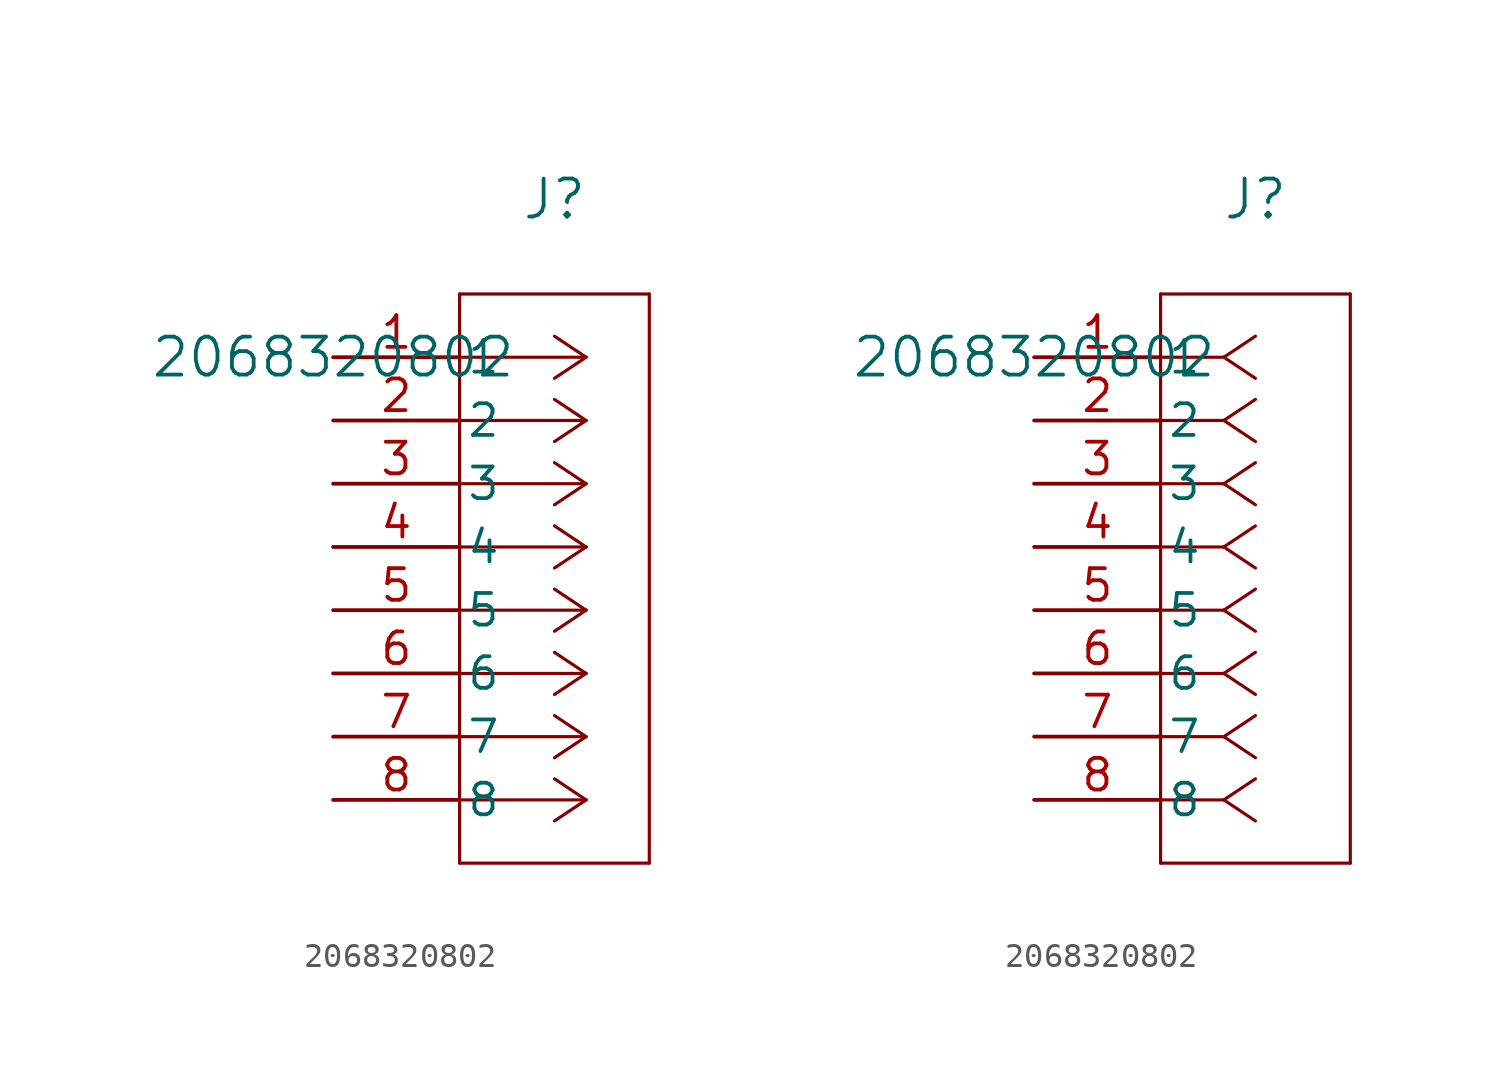
<source format=kicad_sym>
(kicad_symbol_lib
  (version 20211014)
  (generator kicad_symbol_editor)
  (symbol "2068320802"
    (pin_names
      (offset 0.254))
    (property "Reference" "J"
      (at 8.89 6.35 0)
      (effects (font (size 1.524 1.524))))
    (property "Value" "2068320802"
      (at 0 0 0)
      (effects (font (size 1.524 1.524))))
    (symbol "2068320802_1_1"
      (polyline (pts (xy 10.16 0) (xy 5.08 0)) (stroke (width 0.127) (type default) (color 0 0 0 0)) (fill (type none)))
      (polyline (pts (xy 10.16 -2.54) (xy 5.08 -2.54)) (stroke (width 0.127) (type default) (color 0 0 0 0)) (fill (type none)))
      (polyline (pts (xy 10.16 -5.08) (xy 5.08 -5.08)) (stroke (width 0.127) (type default) (color 0 0 0 0)) (fill (type none)))
      (polyline (pts (xy 10.16 -7.62) (xy 5.08 -7.62)) (stroke (width 0.127) (type default) (color 0 0 0 0)) (fill (type none)))
      (polyline (pts (xy 10.16 -10.16) (xy 5.08 -10.16)) (stroke (width 0.127) (type default) (color 0 0 0 0)) (fill (type none)))
      (polyline (pts (xy 10.16 -12.7) (xy 5.08 -12.7)) (stroke (width 0.127) (type default) (color 0 0 0 0)) (fill (type none)))
      (polyline (pts (xy 10.16 -15.24) (xy 5.08 -15.24)) (stroke (width 0.127) (type default) (color 0 0 0 0)) (fill (type none)))
      (polyline (pts (xy 10.16 -17.78) (xy 5.08 -17.78)) (stroke (width 0.127) (type default) (color 0 0 0 0)) (fill (type none)))
      (polyline (pts (xy 10.16 0) (xy 8.89 0.847)) (stroke (width 0.127) (type default) (color 0 0 0 0)) (fill (type none)))
      (polyline (pts (xy 10.16 -2.54) (xy 8.89 -1.693)) (stroke (width 0.127) (type default) (color 0 0 0 0)) (fill (type none)))
      (polyline (pts (xy 10.16 -5.08) (xy 8.89 -4.233)) (stroke (width 0.127) (type default) (color 0 0 0 0)) (fill (type none)))
      (polyline (pts (xy 10.16 -7.62) (xy 8.89 -6.773)) (stroke (width 0.127) (type default) (color 0 0 0 0)) (fill (type none)))
      (polyline (pts (xy 10.16 -10.16) (xy 8.89 -9.313)) (stroke (width 0.127) (type default) (color 0 0 0 0)) (fill (type none)))
      (polyline (pts (xy 10.16 -12.7) (xy 8.89 -11.853)) (stroke (width 0.127) (type default) (color 0 0 0 0)) (fill (type none)))
      (polyline (pts (xy 10.16 -15.24) (xy 8.89 -14.393)) (stroke (width 0.127) (type default) (color 0 0 0 0)) (fill (type none)))
      (polyline (pts (xy 10.16 -17.78) (xy 8.89 -16.933)) (stroke (width 0.127) (type default) (color 0 0 0 0)) (fill (type none)))
      (polyline (pts (xy 10.16 0) (xy 8.89 -0.847)) (stroke (width 0.127) (type default) (color 0 0 0 0)) (fill (type none)))
      (polyline (pts (xy 10.16 -2.54) (xy 8.89 -3.387)) (stroke (width 0.127) (type default) (color 0 0 0 0)) (fill (type none)))
      (polyline (pts (xy 10.16 -5.08) (xy 8.89 -5.927)) (stroke (width 0.127) (type default) (color 0 0 0 0)) (fill (type none)))
      (polyline (pts (xy 10.16 -7.62) (xy 8.89 -8.467)) (stroke (width 0.127) (type default) (color 0 0 0 0)) (fill (type none)))
      (polyline (pts (xy 10.16 -10.16) (xy 8.89 -11.007)) (stroke (width 0.127) (type default) (color 0 0 0 0)) (fill (type none)))
      (polyline (pts (xy 10.16 -12.7) (xy 8.89 -13.547)) (stroke (width 0.127) (type default) (color 0 0 0 0)) (fill (type none)))
      (polyline (pts (xy 10.16 -15.24) (xy 8.89 -16.087)) (stroke (width 0.127) (type default) (color 0 0 0 0)) (fill (type none)))
      (polyline (pts (xy 10.16 -17.78) (xy 8.89 -18.627)) (stroke (width 0.127) (type default) (color 0 0 0 0)) (fill (type none)))
      (polyline (pts (xy 5.08 2.54) (xy 5.08 -20.32)) (stroke (width 0.127) (type default) (color 0 0 0 0)) (fill (type none)))
      (polyline (pts (xy 5.08 -20.32) (xy 12.7 -20.32)) (stroke (width 0.127) (type default) (color 0 0 0 0)) (fill (type none)))
      (polyline (pts (xy 12.7 -20.32) (xy 12.7 2.54)) (stroke (width 0.127) (type default) (color 0 0 0 0)) (fill (type none)))
      (polyline (pts (xy 12.7 2.54) (xy 5.08 2.54)) (stroke (width 0.127) (type default) (color 0 0 0 0)) (fill (type none)))
      (pin unspecified line (at 0 0 0) (length 5.08) (name "1" (effects (font (size 1.27 1.27)))) (number "1" (effects (font (size 1.27 1.27)))))
      (pin unspecified line (at 0 -2.54 0) (length 5.08) (name "2" (effects (font (size 1.27 1.27)))) (number "2" (effects (font (size 1.27 1.27)))))
      (pin unspecified line (at 0 -5.08 0) (length 5.08) (name "3" (effects (font (size 1.27 1.27)))) (number "3" (effects (font (size 1.27 1.27)))))
      (pin unspecified line (at 0 -7.62 0) (length 5.08) (name "4" (effects (font (size 1.27 1.27)))) (number "4" (effects (font (size 1.27 1.27)))))
      (pin unspecified line (at 0 -10.16 0) (length 5.08) (name "5" (effects (font (size 1.27 1.27)))) (number "5" (effects (font (size 1.27 1.27)))))
      (pin unspecified line (at 0 -12.7 0) (length 5.08) (name "6" (effects (font (size 1.27 1.27)))) (number "6" (effects (font (size 1.27 1.27)))))
      (pin unspecified line (at 0 -15.24 0) (length 5.08) (name "7" (effects (font (size 1.27 1.27)))) (number "7" (effects (font (size 1.27 1.27)))))
      (pin unspecified line (at 0 -17.78 0) (length 5.08) (name "8" (effects (font (size 1.27 1.27)))) (number "8" (effects (font (size 1.27 1.27))))))
    (symbol "2068320802_1_2"
      (polyline (pts (xy 7.62 0) (xy 5.08 0)) (stroke (width 0.127) (type default) (color 0 0 0 0)) (fill (type none)))
      (polyline (pts (xy 7.62 -2.54) (xy 5.08 -2.54)) (stroke (width 0.127) (type default) (color 0 0 0 0)) (fill (type none)))
      (polyline (pts (xy 7.62 -5.08) (xy 5.08 -5.08)) (stroke (width 0.127) (type default) (color 0 0 0 0)) (fill (type none)))
      (polyline (pts (xy 7.62 -7.62) (xy 5.08 -7.62)) (stroke (width 0.127) (type default) (color 0 0 0 0)) (fill (type none)))
      (polyline (pts (xy 7.62 -10.16) (xy 5.08 -10.16)) (stroke (width 0.127) (type default) (color 0 0 0 0)) (fill (type none)))
      (polyline (pts (xy 7.62 -12.7) (xy 5.08 -12.7)) (stroke (width 0.127) (type default) (color 0 0 0 0)) (fill (type none)))
      (polyline (pts (xy 7.62 -15.24) (xy 5.08 -15.24)) (stroke (width 0.127) (type default) (color 0 0 0 0)) (fill (type none)))
      (polyline (pts (xy 7.62 -17.78) (xy 5.08 -17.78)) (stroke (width 0.127) (type default) (color 0 0 0 0)) (fill (type none)))
      (polyline (pts (xy 7.62 0) (xy 8.89 0.847)) (stroke (width 0.127) (type default) (color 0 0 0 0)) (fill (type none)))
      (polyline (pts (xy 7.62 -2.54) (xy 8.89 -1.693)) (stroke (width 0.127) (type default) (color 0 0 0 0)) (fill (type none)))
      (polyline (pts (xy 7.62 -5.08) (xy 8.89 -4.233)) (stroke (width 0.127) (type default) (color 0 0 0 0)) (fill (type none)))
      (polyline (pts (xy 7.62 -7.62) (xy 8.89 -6.773)) (stroke (width 0.127) (type default) (color 0 0 0 0)) (fill (type none)))
      (polyline (pts (xy 7.62 -10.16) (xy 8.89 -9.313)) (stroke (width 0.127) (type default) (color 0 0 0 0)) (fill (type none)))
      (polyline (pts (xy 7.62 -12.7) (xy 8.89 -11.853)) (stroke (width 0.127) (type default) (color 0 0 0 0)) (fill (type none)))
      (polyline (pts (xy 7.62 -15.24) (xy 8.89 -14.393)) (stroke (width 0.127) (type default) (color 0 0 0 0)) (fill (type none)))
      (polyline (pts (xy 7.62 -17.78) (xy 8.89 -16.933)) (stroke (width 0.127) (type default) (color 0 0 0 0)) (fill (type none)))
      (polyline (pts (xy 7.62 0) (xy 8.89 -0.847)) (stroke (width 0.127) (type default) (color 0 0 0 0)) (fill (type none)))
      (polyline (pts (xy 7.62 -2.54) (xy 8.89 -3.387)) (stroke (width 0.127) (type default) (color 0 0 0 0)) (fill (type none)))
      (polyline (pts (xy 7.62 -5.08) (xy 8.89 -5.927)) (stroke (width 0.127) (type default) (color 0 0 0 0)) (fill (type none)))
      (polyline (pts (xy 7.62 -7.62) (xy 8.89 -8.467)) (stroke (width 0.127) (type default) (color 0 0 0 0)) (fill (type none)))
      (polyline (pts (xy 7.62 -10.16) (xy 8.89 -11.007)) (stroke (width 0.127) (type default) (color 0 0 0 0)) (fill (type none)))
      (polyline (pts (xy 7.62 -12.7) (xy 8.89 -13.547)) (stroke (width 0.127) (type default) (color 0 0 0 0)) (fill (type none)))
      (polyline (pts (xy 7.62 -15.24) (xy 8.89 -16.087)) (stroke (width 0.127) (type default) (color 0 0 0 0)) (fill (type none)))
      (polyline (pts (xy 7.62 -17.78) (xy 8.89 -18.627)) (stroke (width 0.127) (type default) (color 0 0 0 0)) (fill (type none)))
      (polyline (pts (xy 5.08 2.54) (xy 5.08 -20.32)) (stroke (width 0.127) (type default) (color 0 0 0 0)) (fill (type none)))
      (polyline (pts (xy 5.08 -20.32) (xy 12.7 -20.32)) (stroke (width 0.127) (type default) (color 0 0 0 0)) (fill (type none)))
      (polyline (pts (xy 12.7 -20.32) (xy 12.7 2.54)) (stroke (width 0.127) (type default) (color 0 0 0 0)) (fill (type none)))
      (polyline (pts (xy 12.7 2.54) (xy 5.08 2.54)) (stroke (width 0.127) (type default) (color 0 0 0 0)) (fill (type none)))
      (pin unspecified line (at 0 0 0) (length 5.08) (name "1" (effects (font (size 1.27 1.27)))) (number "1" (effects (font (size 1.27 1.27)))))
      (pin unspecified line (at 0 -2.54 0) (length 5.08) (name "2" (effects (font (size 1.27 1.27)))) (number "2" (effects (font (size 1.27 1.27)))))
      (pin unspecified line (at 0 -5.08 0) (length 5.08) (name "3" (effects (font (size 1.27 1.27)))) (number "3" (effects (font (size 1.27 1.27)))))
      (pin unspecified line (at 0 -7.62 0) (length 5.08) (name "4" (effects (font (size 1.27 1.27)))) (number "4" (effects (font (size 1.27 1.27)))))
      (pin unspecified line (at 0 -10.16 0) (length 5.08) (name "5" (effects (font (size 1.27 1.27)))) (number "5" (effects (font (size 1.27 1.27)))))
      (pin unspecified line (at 0 -12.7 0) (length 5.08) (name "6" (effects (font (size 1.27 1.27)))) (number "6" (effects (font (size 1.27 1.27)))))
      (pin unspecified line (at 0 -15.24 0) (length 5.08) (name "7" (effects (font (size 1.27 1.27)))) (number "7" (effects (font (size 1.27 1.27)))))
      (pin unspecified line (at 0 -17.78 0) (length 5.08) (name "8" (effects (font (size 1.27 1.27)))) (number "8" (effects (font (size 1.27 1.27))))))))
</source>
